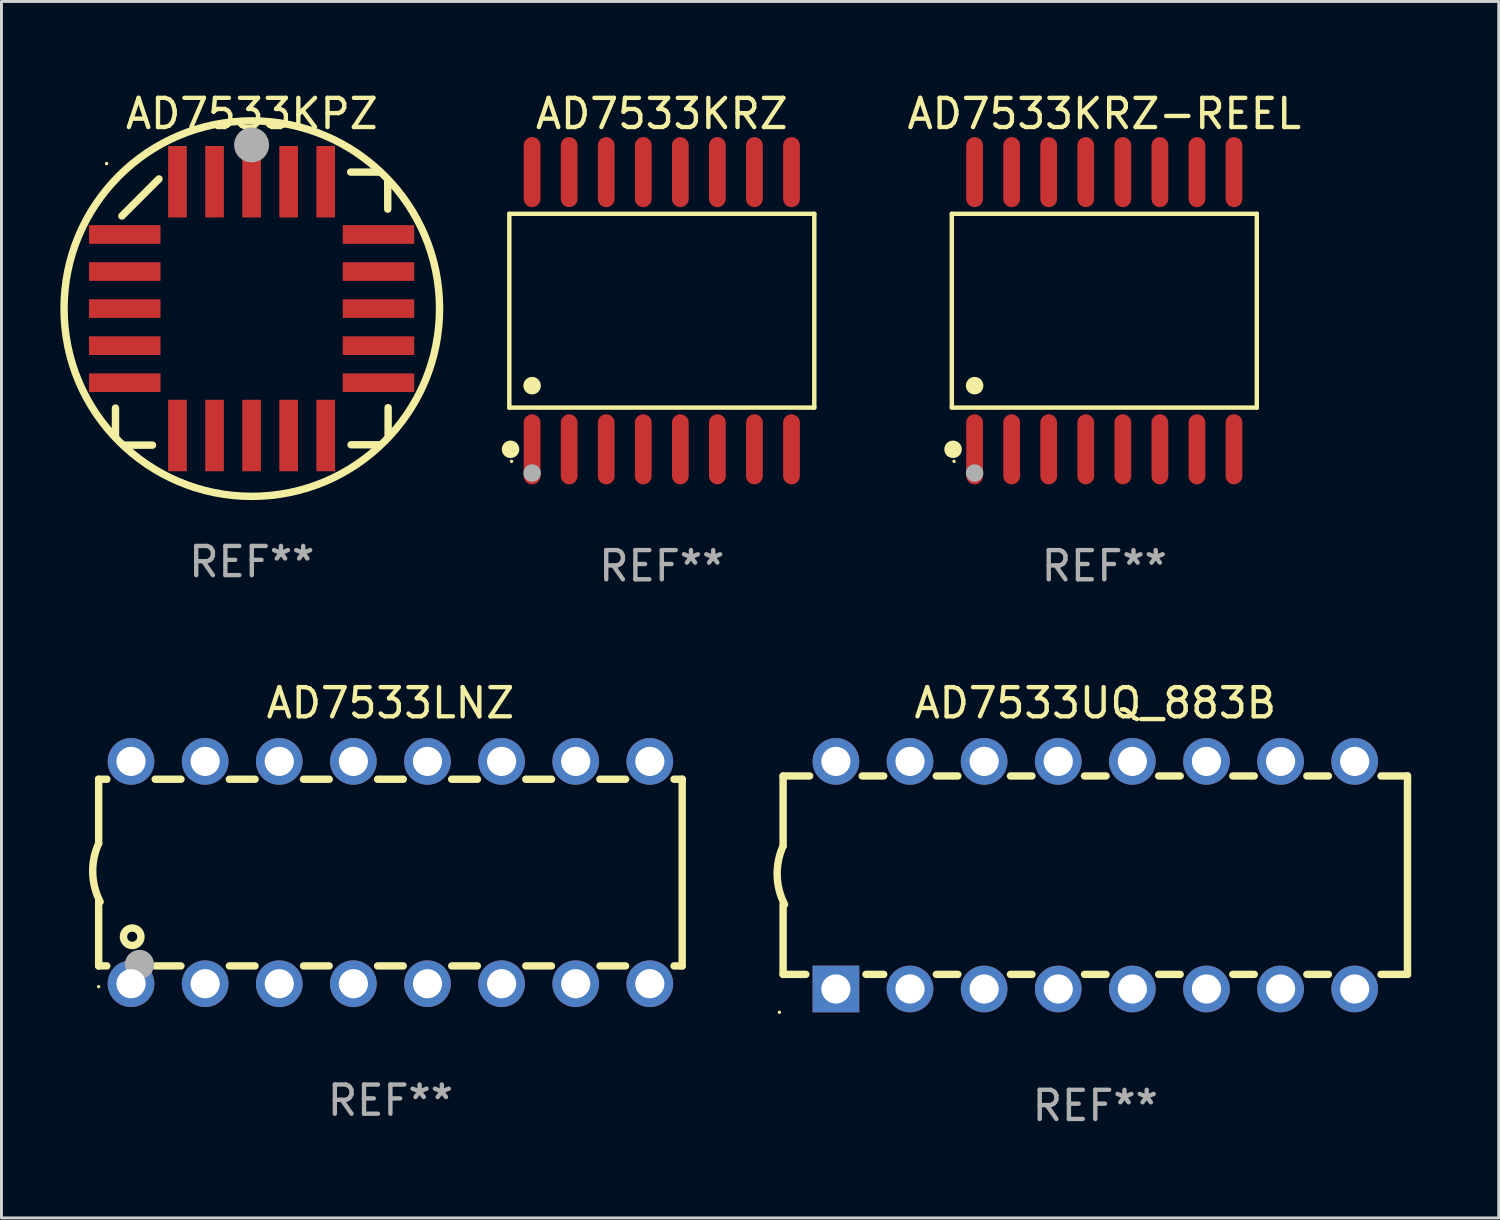
<source format=kicad_pcb>
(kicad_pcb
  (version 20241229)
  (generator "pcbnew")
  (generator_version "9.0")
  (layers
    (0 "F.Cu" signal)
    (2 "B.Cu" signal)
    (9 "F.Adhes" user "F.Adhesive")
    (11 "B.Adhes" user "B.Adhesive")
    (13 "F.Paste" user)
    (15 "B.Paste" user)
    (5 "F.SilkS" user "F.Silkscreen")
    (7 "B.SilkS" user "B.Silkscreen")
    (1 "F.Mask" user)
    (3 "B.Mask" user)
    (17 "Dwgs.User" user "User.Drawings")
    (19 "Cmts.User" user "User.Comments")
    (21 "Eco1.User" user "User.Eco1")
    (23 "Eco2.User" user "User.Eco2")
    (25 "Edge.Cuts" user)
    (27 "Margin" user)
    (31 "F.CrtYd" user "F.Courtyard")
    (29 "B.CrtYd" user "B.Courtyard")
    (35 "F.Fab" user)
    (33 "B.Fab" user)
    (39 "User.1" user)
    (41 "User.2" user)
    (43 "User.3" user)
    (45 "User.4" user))
  (footprint "AD7533KPZ"
    (layer "F.Cu")
    (at 5.58 7.527)
    (property "Reference" "AD7533KPZ" (at 0 -6.679 0) (layer "F.SilkS") (effects (font (size 1 1) (thickness 0.15))))
    (attr through_hole)
    (fp_line (start -4.672 4.4) (end -4.672 3.409) (stroke (width 0.254) (type solid)) (layer "F.SilkS"))
    (fp_line (start -4.452 -3.175) (end -3.182 -4.445) (stroke (width 0.254) (type solid)) (layer "F.SilkS"))
    (fp_line (start -4.393 4.679) (end -3.402 4.679) (stroke (width 0.254) (type solid)) (layer "F.SilkS"))
    (fp_line (start 4.379 -4.679) (end 3.389 -4.679) (stroke (width 0.254) (type solid)) (layer "F.SilkS"))
    (fp_line (start 4.393 4.666) (end 3.402 4.666) (stroke (width 0.254) (type solid)) (layer "F.SilkS"))
    (fp_line (start 4.659 -4.4) (end 4.659 -3.409) (stroke (width 0.254) (type solid)) (layer "F.SilkS"))
    (fp_line (start 4.672 4.386) (end 4.672 3.396) (stroke (width 0.254) (type solid)) (layer "F.SilkS"))
    (fp_arc (start -4.672276 4.424968) (mid 4.672254 -4.424946) (end -4.672276 4.424968) (stroke (width 0.254001) (type solid)) (layer "F.SilkS"))
    (fp_arc (start 0.089827 -5.759969) (mid 0.097662 -5.803742) (end 0.120307 -5.842012) (stroke (width 0.249936) (type solid)) (layer "F.SilkS"))
    (fp_circle (center -4.977 -4.97) (end -4.947 -4.97) (stroke (width 0.06) (type solid)) (fill no) (layer "F.SilkS"))
    (fp_circle (center -0.007 -5.61) (end 0.293 -5.61) (stroke (width 0.6) (type solid)) (fill no) (layer "F.Fab"))
    (fp_text user "REF**" (at 0 8.679 0) (layer "F.Fab") (effects (font (size 1 1) (thickness 0.15))))
    (pad "1" smd rect (at -0.007 -4.349) (size 0.64 2.45) (layers "F.Cu" "F.Mask" "F.Paste"))
    (pad "2" smd rect (at -1.277 -4.349) (size 0.64 2.45) (layers "F.Cu" "F.Mask" "F.Paste"))
    (pad "3" smd rect (at -2.547 -4.348) (size 0.64 2.45) (layers "F.Cu" "F.Mask" "F.Paste"))
    (pad "4" smd rect (at -4.355 -2.54) (size 2.45 0.64) (layers "F.Cu" "F.Mask" "F.Paste"))
    (pad "5" smd rect (at -4.355 -1.27) (size 2.45 0.64) (layers "F.Cu" "F.Mask" "F.Paste"))
    (pad "6" smd rect (at -4.355 0) (size 2.45 0.64) (layers "F.Cu" "F.Mask" "F.Paste"))
    (pad "7" smd rect (at -4.355 1.27) (size 2.45 0.64) (layers "F.Cu" "F.Mask" "F.Paste"))
    (pad "8" smd rect (at -4.355 2.54) (size 2.45 0.64) (layers "F.Cu" "F.Mask" "F.Paste"))
    (pad "9" smd rect (at -2.547 4.349) (size 0.64 2.45) (layers "F.Cu" "F.Mask" "F.Paste"))
    (pad "10" smd rect (at -1.277 4.349) (size 0.64 2.45) (layers "F.Cu" "F.Mask" "F.Paste"))
    (pad "11" smd rect (at -0.007 4.349) (size 0.64 2.45) (layers "F.Cu" "F.Mask" "F.Paste"))
    (pad "12" smd rect (at 1.263 4.349) (size 0.64 2.45) (layers "F.Cu" "F.Mask" "F.Paste"))
    (pad "13" smd rect (at 2.533 4.349) (size 0.64 2.45) (layers "F.Cu" "F.Mask" "F.Paste"))
    (pad "14" smd rect (at 4.342 2.54) (size 2.45 0.64) (layers "F.Cu" "F.Mask" "F.Paste"))
    (pad "15" smd rect (at 4.342 1.27) (size 2.45 0.64) (layers "F.Cu" "F.Mask" "F.Paste"))
    (pad "16" smd rect (at 4.342 0) (size 2.45 0.64) (layers "F.Cu" "F.Mask" "F.Paste"))
    (pad "17" smd rect (at 4.342 -1.27) (size 2.45 0.64) (layers "F.Cu" "F.Mask" "F.Paste"))
    (pad "18" smd rect (at 4.342 -2.54) (size 2.45 0.64) (layers "F.Cu" "F.Mask" "F.Paste"))
    (pad "19" smd rect (at 2.533 -4.349) (size 0.64 2.45) (layers "F.Cu" "F.Mask" "F.Paste"))
    (pad "20" smd rect (at 1.263 -4.349) (size 0.64 2.45) (layers "F.Cu" "F.Mask" "F.Paste")))
  (footprint "AD7533KRZ"
    (layer "F.Cu")
    (at 19.632 7.599)
    (property "Reference" "AD7533KRZ" (at 0 -6.75 0) (layer "F.SilkS") (effects (font (size 1 1) (thickness 0.15))))
    (attr through_hole)
    (fp_line (start -5.226 -3.321) (end 5.226 -3.321) (stroke (width 0.152) (type solid)) (layer "F.SilkS"))
    (fp_line (start -5.226 3.321) (end -5.226 -3.321) (stroke (width 0.152) (type solid)) (layer "F.SilkS"))
    (fp_line (start 5.226 -3.321) (end 5.226 3.321) (stroke (width 0.152) (type solid)) (layer "F.SilkS"))
    (fp_line (start 5.226 3.321) (end -5.226 3.321) (stroke (width 0.152) (type solid)) (layer "F.SilkS"))
    (fp_circle (center -5.184 4.75) (end -5.034 4.75) (stroke (width 0.3) (type solid)) (fill no) (layer "F.SilkS"))
    (fp_circle (center -5.15 5.163) (end -5.12 5.163) (stroke (width 0.06) (type solid)) (fill no) (layer "F.SilkS"))
    (fp_circle (center -4.445 2.569) (end -4.295 2.569) (stroke (width 0.3) (type solid)) (fill no) (layer "F.SilkS"))
    (fp_circle (center -4.445 5.563) (end -4.295 5.563) (stroke (width 0.3) (type solid)) (fill no) (layer "F.Fab"))
    (fp_text user "REF**" (at 0 8.75 0) (layer "F.Fab") (effects (font (size 1 1) (thickness 0.15))))
    (pad "1" smd oval (at -4.445 4.75) (size 0.574 2.401) (layers "F.Cu" "F.Mask" "F.Paste"))
    (pad "2" smd oval (at -3.175 4.75) (size 0.574 2.401) (layers "F.Cu" "F.Mask" "F.Paste"))
    (pad "3" smd oval (at -1.905 4.75) (size 0.574 2.401) (layers "F.Cu" "F.Mask" "F.Paste"))
    (pad "4" smd oval (at -0.635 4.75) (size 0.574 2.401) (layers "F.Cu" "F.Mask" "F.Paste"))
    (pad "5" smd oval (at 0.635 4.75) (size 0.574 2.401) (layers "F.Cu" "F.Mask" "F.Paste"))
    (pad "6" smd oval (at 1.905 4.75) (size 0.574 2.401) (layers "F.Cu" "F.Mask" "F.Paste"))
    (pad "7" smd oval (at 3.175 4.75) (size 0.574 2.401) (layers "F.Cu" "F.Mask" "F.Paste"))
    (pad "8" smd oval (at 4.445 4.75) (size 0.574 2.401) (layers "F.Cu" "F.Mask" "F.Paste"))
    (pad "9" smd oval (at 4.445 -4.75) (size 0.574 2.401) (layers "F.Cu" "F.Mask" "F.Paste"))
    (pad "10" smd oval (at 3.175 -4.75) (size 0.574 2.401) (layers "F.Cu" "F.Mask" "F.Paste"))
    (pad "11" smd oval (at 1.905 -4.75) (size 0.574 2.401) (layers "F.Cu" "F.Mask" "F.Paste"))
    (pad "12" smd oval (at 0.635 -4.75) (size 0.574 2.401) (layers "F.Cu" "F.Mask" "F.Paste"))
    (pad "13" smd oval (at -0.635 -4.75) (size 0.574 2.401) (layers "F.Cu" "F.Mask" "F.Paste"))
    (pad "14" smd oval (at -1.905 -4.75) (size 0.574 2.401) (layers "F.Cu" "F.Mask" "F.Paste"))
    (pad "15" smd oval (at -3.175 -4.75) (size 0.574 2.401) (layers "F.Cu" "F.Mask" "F.Paste"))
    (pad "16" smd oval (at -4.445 -4.75) (size 0.574 2.401) (layers "F.Cu" "F.Mask" "F.Paste")))
  (footprint "AD7533LNZ"
    (layer "F.Cu")
    (at 10.331 26.855)
    (property "Reference" "AD7533LNZ" (at 0 -5.81 0) (layer "F.SilkS") (effects (font (size 1 1) (thickness 0.15))))
    (attr through_hole)
    (fp_line (start -10 -3.198) (end -9.719 -3.198) (stroke (width 0.254) (type solid)) (layer "F.SilkS"))
    (fp_line (start -10 -0.998) (end -10 -3.198) (stroke (width 0.254) (type solid)) (layer "F.SilkS"))
    (fp_line (start -10 3.2) (end -10 1) (stroke (width 0.254) (type solid)) (layer "F.SilkS"))
    (fp_line (start -10 3.2) (end -9.721 3.2) (stroke (width 0.254) (type solid)) (layer "F.SilkS"))
    (fp_line (start -8.061 -3.198) (end -7.179 -3.198) (stroke (width 0.254) (type solid)) (layer "F.SilkS"))
    (fp_line (start -8.059 3.2) (end -7.181 3.2) (stroke (width 0.254) (type solid)) (layer "F.SilkS"))
    (fp_line (start -5.521 -3.198) (end -4.639 -3.198) (stroke (width 0.254) (type solid)) (layer "F.SilkS"))
    (fp_line (start -5.519 3.2) (end -4.641 3.2) (stroke (width 0.254) (type solid)) (layer "F.SilkS"))
    (fp_line (start -2.981 -3.198) (end -2.099 -3.198) (stroke (width 0.254) (type solid)) (layer "F.SilkS"))
    (fp_line (start -2.979 3.2) (end -2.101 3.2) (stroke (width 0.254) (type solid)) (layer "F.SilkS"))
    (fp_line (start -0.441 -3.198) (end 0.441 -3.198) (stroke (width 0.254) (type solid)) (layer "F.SilkS"))
    (fp_line (start -0.439 3.2) (end 0.439 3.2) (stroke (width 0.254) (type solid)) (layer "F.SilkS"))
    (fp_line (start 2.099 -3.198) (end 2.981 -3.198) (stroke (width 0.254) (type solid)) (layer "F.SilkS"))
    (fp_line (start 2.101 3.2) (end 2.979 3.2) (stroke (width 0.254) (type solid)) (layer "F.SilkS"))
    (fp_line (start 4.639 -3.198) (end 5.521 -3.198) (stroke (width 0.254) (type solid)) (layer "F.SilkS"))
    (fp_line (start 4.641 3.2) (end 5.519 3.2) (stroke (width 0.254) (type solid)) (layer "F.SilkS"))
    (fp_line (start 7.179 -3.198) (end 8.061 -3.198) (stroke (width 0.254) (type solid)) (layer "F.SilkS"))
    (fp_line (start 7.181 3.2) (end 8.059 3.2) (stroke (width 0.254) (type solid)) (layer "F.SilkS"))
    (fp_line (start 9.719 -3.198) (end 10 -3.198) (stroke (width 0.254) (type solid)) (layer "F.SilkS"))
    (fp_line (start 9.721 3.2) (end 10 3.2) (stroke (width 0.254) (type solid)) (layer "F.SilkS"))
    (fp_line (start 10 3.2) (end 10 -3.2) (stroke (width 0.254) (type solid)) (layer "F.SilkS"))
    (fp_arc (start -9.949962 1) (mid -10.203153 0.005709) (end -10 -1) (stroke (width 0.254001) (type solid)) (layer "F.SilkS"))
    (fp_circle (center -10 3.91) (end -9.97 3.91) (stroke (width 0.06) (type solid)) (fill no) (layer "F.SilkS"))
    (fp_circle (center -8.85 2.2) (end -8.55 2.2) (stroke (width 0.254) (type solid)) (fill no) (layer "F.SilkS"))
    (fp_circle (center -8.6 3.15) (end -8.35 3.15) (stroke (width 0.5) (type solid)) (fill no) (layer "F.Fab"))
    (fp_text user "REF**" (at 0 7.81 0) (layer "F.Fab") (effects (font (size 1 1) (thickness 0.15))))
    (pad "1" thru_hole circle (at -8.89 3.81) (size 1.6 1.6) (drill 1) (layers "*.Cu" "*.Mask"))
    (pad "2" thru_hole circle (at -6.35 3.81) (size 1.6 1.6) (drill 1) (layers "*.Cu" "*.Mask"))
    (pad "3" thru_hole circle (at -3.81 3.81) (size 1.6 1.6) (drill 1) (layers "*.Cu" "*.Mask"))
    (pad "4" thru_hole circle (at -1.27 3.81) (size 1.6 1.6) (drill 1) (layers "*.Cu" "*.Mask"))
    (pad "5" thru_hole circle (at 1.27 3.81) (size 1.6 1.6) (drill 1) (layers "*.Cu" "*.Mask"))
    (pad "6" thru_hole circle (at 3.81 3.81) (size 1.6 1.6) (drill 1) (layers "*.Cu" "*.Mask"))
    (pad "7" thru_hole circle (at 6.35 3.81) (size 1.6 1.6) (drill 1) (layers "*.Cu" "*.Mask"))
    (pad "8" thru_hole circle (at 8.89 3.81) (size 1.6 1.6) (drill 1) (layers "*.Cu" "*.Mask"))
    (pad "9" thru_hole circle (at 8.89 -3.81) (size 1.6 1.6) (drill 1) (layers "*.Cu" "*.Mask"))
    (pad "10" thru_hole circle (at 6.35 -3.81) (size 1.6 1.6) (drill 1) (layers "*.Cu" "*.Mask"))
    (pad "11" thru_hole circle (at 3.81 -3.81) (size 1.6 1.6) (drill 1) (layers "*.Cu" "*.Mask"))
    (pad "12" thru_hole circle (at 1.27 -3.81) (size 1.6 1.6) (drill 1) (layers "*.Cu" "*.Mask"))
    (pad "13" thru_hole circle (at -1.27 -3.81) (size 1.6 1.6) (drill 1) (layers "*.Cu" "*.Mask"))
    (pad "14" thru_hole circle (at -3.81 -3.81) (size 1.6 1.6) (drill 1) (layers "*.Cu" "*.Mask"))
    (pad "15" thru_hole circle (at -6.35 -3.81) (size 1.6 1.6) (drill 1) (layers "*.Cu" "*.Mask"))
    (pad "16" thru_hole circle (at -8.89 -3.81) (size 1.6 1.6) (drill 1) (layers "*.Cu" "*.Mask")))
  (footprint "AD7533UQ_883B"
    (layer "F.Cu")
    (at 34.489 26.945)
    (property "Reference" "AD7533UQ_883B" (at 0 -5.9 0) (layer "F.SilkS") (effects (font (size 1 1) (thickness 0.15))))
    (attr through_hole)
    (fp_line (start -10.7 -3.4) (end -9.791 -3.4) (stroke (width 0.254) (type solid)) (layer "F.SilkS"))
    (fp_line (start -10.7 -0.998) (end -10.7 -3.4) (stroke (width 0.254) (type solid)) (layer "F.SilkS"))
    (fp_line (start -10.7 3.4) (end -10.7 1) (stroke (width 0.254) (type solid)) (layer "F.SilkS"))
    (fp_line (start -10.7 3.4) (end -9.921 3.4) (stroke (width 0.254) (type solid)) (layer "F.SilkS"))
    (fp_line (start -7.988 -3.4) (end -7.251 -3.4) (stroke (width 0.254) (type solid)) (layer "F.SilkS"))
    (fp_line (start -7.859 3.4) (end -7.251 3.4) (stroke (width 0.254) (type solid)) (layer "F.SilkS"))
    (fp_line (start -5.448 -3.4) (end -4.711 -3.4) (stroke (width 0.254) (type solid)) (layer "F.SilkS"))
    (fp_line (start -5.448 3.4) (end -4.711 3.4) (stroke (width 0.254) (type solid)) (layer "F.SilkS"))
    (fp_line (start -2.908 -3.4) (end -2.171 -3.4) (stroke (width 0.254) (type solid)) (layer "F.SilkS"))
    (fp_line (start -2.908 3.4) (end -2.171 3.4) (stroke (width 0.254) (type solid)) (layer "F.SilkS"))
    (fp_line (start -0.368 -3.4) (end 0.369 -3.4) (stroke (width 0.254) (type solid)) (layer "F.SilkS"))
    (fp_line (start -0.368 3.4) (end 0.369 3.4) (stroke (width 0.254) (type solid)) (layer "F.SilkS"))
    (fp_line (start 2.172 -3.4) (end 2.909 -3.4) (stroke (width 0.254) (type solid)) (layer "F.SilkS"))
    (fp_line (start 2.172 3.4) (end 2.909 3.4) (stroke (width 0.254) (type solid)) (layer "F.SilkS"))
    (fp_line (start 4.712 -3.4) (end 5.449 -3.4) (stroke (width 0.254) (type solid)) (layer "F.SilkS"))
    (fp_line (start 4.712 3.4) (end 5.449 3.4) (stroke (width 0.254) (type solid)) (layer "F.SilkS"))
    (fp_line (start 7.252 -3.4) (end 7.989 -3.4) (stroke (width 0.254) (type solid)) (layer "F.SilkS"))
    (fp_line (start 7.252 3.4) (end 7.989 3.4) (stroke (width 0.254) (type solid)) (layer "F.SilkS"))
    (fp_line (start 9.792 -3.4) (end 10.7 -3.4) (stroke (width 0.254) (type solid)) (layer "F.SilkS"))
    (fp_line (start 9.792 3.4) (end 10.7 3.4) (stroke (width 0.254) (type solid)) (layer "F.SilkS"))
    (fp_line (start 10.7 3.4) (end 10.7 -3.4) (stroke (width 0.254) (type solid)) (layer "F.SilkS"))
    (fp_arc (start -10.649962 0.99995) (mid -10.90314 0.005668) (end -10.699975 -1.000025) (stroke (width 0.254001) (type solid)) (layer "F.SilkS"))
    (fp_circle (center -10.827 4.7) (end -10.797 4.7) (stroke (width 0.06) (type solid)) (fill no) (layer "F.SilkS"))
    (fp_text user "REF**" (at 0 7.9 0) (layer "F.Fab") (effects (font (size 1 1) (thickness 0.15))))
    (pad "1" thru_hole rect (at -8.89 3.9 90) (size 1.6 1.6) (drill 1) (layers "*.Cu" "*.Mask"))
    (pad "2" thru_hole circle (at -6.35 3.9) (size 1.6 1.6) (drill 1) (layers "*.Cu" "*.Mask"))
    (pad "3" thru_hole circle (at -3.81 3.9) (size 1.6 1.6) (drill 1) (layers "*.Cu" "*.Mask"))
    (pad "4" thru_hole circle (at -1.27 3.9) (size 1.6 1.6) (drill 1) (layers "*.Cu" "*.Mask"))
    (pad "5" thru_hole circle (at 1.27 3.9) (size 1.6 1.6) (drill 1) (layers "*.Cu" "*.Mask"))
    (pad "6" thru_hole circle (at 3.81 3.9) (size 1.6 1.6) (drill 1) (layers "*.Cu" "*.Mask"))
    (pad "7" thru_hole circle (at 6.35 3.9) (size 1.6 1.6) (drill 1) (layers "*.Cu" "*.Mask"))
    (pad "8" thru_hole circle (at 8.89 3.9) (size 1.6 1.6) (drill 1) (layers "*.Cu" "*.Mask"))
    (pad "9" thru_hole circle (at 8.89 -3.9) (size 1.6 1.6) (drill 1) (layers "*.Cu" "*.Mask"))
    (pad "10" thru_hole circle (at 6.35 -3.9) (size 1.6 1.6) (drill 1) (layers "*.Cu" "*.Mask"))
    (pad "11" thru_hole circle (at 3.81 -3.9) (size 1.6 1.6) (drill 1) (layers "*.Cu" "*.Mask"))
    (pad "12" thru_hole circle (at 1.27 -3.9) (size 1.6 1.6) (drill 1) (layers "*.Cu" "*.Mask"))
    (pad "13" thru_hole circle (at -1.27 -3.9) (size 1.6 1.6) (drill 1) (layers "*.Cu" "*.Mask"))
    (pad "14" thru_hole circle (at -3.81 -3.9) (size 1.6 1.6) (drill 1) (layers "*.Cu" "*.Mask"))
    (pad "15" thru_hole circle (at -6.35 -3.9) (size 1.6 1.6) (drill 1) (layers "*.Cu" "*.Mask"))
    (pad "16" thru_hole circle (at -8.89 -3.9) (size 1.6 1.6) (drill 1) (layers "*.Cu" "*.Mask")))
  (footprint "AD7533KRZ-REEL"
    (layer "F.Cu")
    (at 34.798 7.599)
    (property "Reference" "AD7533KRZ-REEL" (at 0 -6.75 0) (layer "F.SilkS") (effects (font (size 1 1) (thickness 0.15))))
    (attr through_hole)
    (fp_line (start -5.226 -3.321) (end 5.226 -3.321) (stroke (width 0.152) (type solid)) (layer "F.SilkS"))
    (fp_line (start -5.226 3.321) (end -5.226 -3.321) (stroke (width 0.152) (type solid)) (layer "F.SilkS"))
    (fp_line (start 5.226 -3.321) (end 5.226 3.321) (stroke (width 0.152) (type solid)) (layer "F.SilkS"))
    (fp_line (start 5.226 3.321) (end -5.226 3.321) (stroke (width 0.152) (type solid)) (layer "F.SilkS"))
    (fp_circle (center -5.184 4.75) (end -5.034 4.75) (stroke (width 0.3) (type solid)) (fill no) (layer "F.SilkS"))
    (fp_circle (center -5.15 5.163) (end -5.12 5.163) (stroke (width 0.06) (type solid)) (fill no) (layer "F.SilkS"))
    (fp_circle (center -4.445 2.569) (end -4.295 2.569) (stroke (width 0.3) (type solid)) (fill no) (layer "F.SilkS"))
    (fp_circle (center -4.445 5.563) (end -4.295 5.563) (stroke (width 0.3) (type solid)) (fill no) (layer "F.Fab"))
    (fp_text user "REF**" (at 0 8.75 0) (layer "F.Fab") (effects (font (size 1 1) (thickness 0.15))))
    (pad "1" smd oval (at -4.445 4.75) (size 0.574 2.401) (layers "F.Cu" "F.Mask" "F.Paste"))
    (pad "2" smd oval (at -3.175 4.75) (size 0.574 2.401) (layers "F.Cu" "F.Mask" "F.Paste"))
    (pad "3" smd oval (at -1.905 4.75) (size 0.574 2.401) (layers "F.Cu" "F.Mask" "F.Paste"))
    (pad "4" smd oval (at -0.635 4.75) (size 0.574 2.401) (layers "F.Cu" "F.Mask" "F.Paste"))
    (pad "5" smd oval (at 0.635 4.75) (size 0.574 2.401) (layers "F.Cu" "F.Mask" "F.Paste"))
    (pad "6" smd oval (at 1.905 4.75) (size 0.574 2.401) (layers "F.Cu" "F.Mask" "F.Paste"))
    (pad "7" smd oval (at 3.175 4.75) (size 0.574 2.401) (layers "F.Cu" "F.Mask" "F.Paste"))
    (pad "8" smd oval (at 4.445 4.75) (size 0.574 2.401) (layers "F.Cu" "F.Mask" "F.Paste"))
    (pad "9" smd oval (at 4.445 -4.75) (size 0.574 2.401) (layers "F.Cu" "F.Mask" "F.Paste"))
    (pad "10" smd oval (at 3.175 -4.75) (size 0.574 2.401) (layers "F.Cu" "F.Mask" "F.Paste"))
    (pad "11" smd oval (at 1.905 -4.75) (size 0.574 2.401) (layers "F.Cu" "F.Mask" "F.Paste"))
    (pad "12" smd oval (at 0.635 -4.75) (size 0.574 2.401) (layers "F.Cu" "F.Mask" "F.Paste"))
    (pad "13" smd oval (at -0.635 -4.75) (size 0.574 2.401) (layers "F.Cu" "F.Mask" "F.Paste"))
    (pad "14" smd oval (at -1.905 -4.75) (size 0.574 2.401) (layers "F.Cu" "F.Mask" "F.Paste"))
    (pad "15" smd oval (at -3.175 -4.75) (size 0.574 2.401) (layers "F.Cu" "F.Mask" "F.Paste"))
    (pad "16" smd oval (at -4.445 -4.75) (size 0.574 2.401) (layers "F.Cu" "F.Mask" "F.Paste")))
  (gr_rect
    (start -3 -3)
    (end 48.316 38.693)
    (stroke (width 0.1) (type default))
    (fill no)
    (layer "Edge.Cuts")))
</source>
